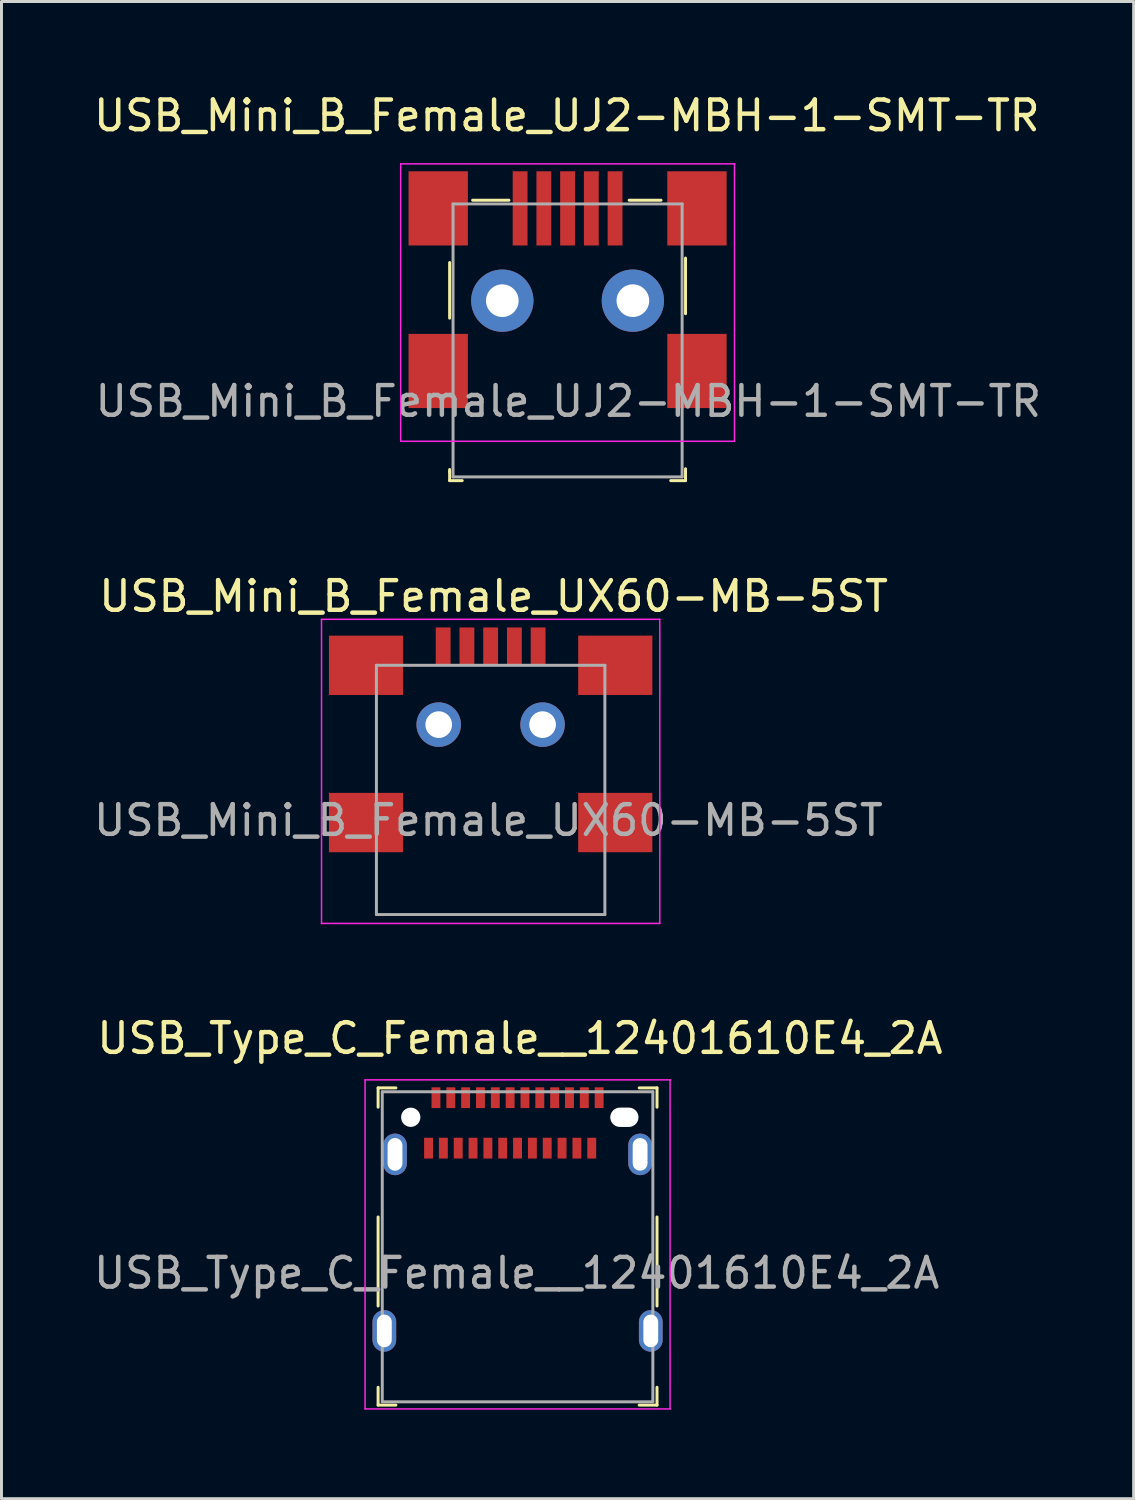
<source format=kicad_pcb>
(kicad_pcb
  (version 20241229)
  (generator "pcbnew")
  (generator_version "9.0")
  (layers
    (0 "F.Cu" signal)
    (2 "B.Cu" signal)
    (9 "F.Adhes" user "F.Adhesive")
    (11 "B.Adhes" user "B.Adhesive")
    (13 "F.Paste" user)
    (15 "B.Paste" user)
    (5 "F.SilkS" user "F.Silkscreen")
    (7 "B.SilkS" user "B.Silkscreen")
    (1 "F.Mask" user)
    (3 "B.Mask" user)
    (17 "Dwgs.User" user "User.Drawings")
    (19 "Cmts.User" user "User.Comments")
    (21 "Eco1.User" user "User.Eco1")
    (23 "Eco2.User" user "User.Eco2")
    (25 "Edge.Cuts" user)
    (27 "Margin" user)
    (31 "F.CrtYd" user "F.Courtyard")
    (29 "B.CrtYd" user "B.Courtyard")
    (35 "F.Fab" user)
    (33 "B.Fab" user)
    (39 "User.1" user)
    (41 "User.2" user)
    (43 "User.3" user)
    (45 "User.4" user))
  (footprint "USB_Mini_B_Female_UX60-MB-5ST"
    (layer "F.Cu")
    (at 13.486 21.372)
    (property "Reference" "USB_Mini_B_Female_UX60-MB-5ST" (at 0.1 -4.325 0) (layer "F.SilkS") (effects (font (size 1 1) (thickness 0.15))))
    (attr through_hole)
    (fp_line (start -5.7 -3.55) (end -5.7 6.7) (stroke (width 0.05) (type solid)) (layer "F.CrtYd"))
    (fp_line (start -5.7 -3.55) (end 5.7 -3.55) (stroke (width 0.05) (type solid)) (layer "F.CrtYd"))
    (fp_line (start -5.7 6.7) (end 5.7 6.7) (stroke (width 0.05) (type solid)) (layer "F.CrtYd"))
    (fp_line (start 5.7 -3.55) (end 5.7 6.7) (stroke (width 0.05) (type solid)) (layer "F.CrtYd"))
    (fp_line (start -3.85 -2) (end -3.85 6.4) (stroke (width 0.1) (type solid)) (layer "F.Fab"))
    (fp_line (start -3.85 6.4) (end 3.85 6.4) (stroke (width 0.1) (type solid)) (layer "F.Fab"))
    (fp_line (start 3.85 -2) (end -3.85 -2) (stroke (width 0.1) (type solid)) (layer "F.Fab"))
    (fp_line (start 3.85 -2) (end 3.85 6.4) (stroke (width 0.1) (type solid)) (layer "F.Fab"))
    (fp_text user "${REFERENCE}" (at -0.075 3.225 0) (layer "F.Fab") (effects (font (size 1 1) (thickness 0.15))))
    (pad "1" smd rect (at -1.6 -2.65) (size 0.5 1.25) (layers "F.Cu" "F.Mask" "F.Paste"))
    (pad "2" smd rect (at -0.8 -2.65) (size 0.5 1.25) (layers "F.Cu" "F.Mask" "F.Paste"))
    (pad "3" smd rect (at 0 -2.65) (size 0.5 1.25) (layers "F.Cu" "F.Mask" "F.Paste"))
    (pad "4" smd rect (at 0.8 -2.65) (size 0.5 1.25) (layers "F.Cu" "F.Mask" "F.Paste"))
    (pad "5" smd rect (at 1.6 -2.65) (size 0.5 1.25) (layers "F.Cu" "F.Mask" "F.Paste"))
    (pad "6" smd rect (at -4.2 -2) (size 2.5 2) (layers "F.Cu" "F.Mask" "F.Paste"))
    (pad "6" smd rect (at -4.2 3.3) (size 2.5 2) (layers "F.Cu" "F.Mask" "F.Paste"))
    (pad "6" thru_hole circle (at -1.75 0) (size 1.5 1.5) (drill 0.9) (layers "*.Cu" "*.Mask"))
    (pad "6" thru_hole circle (at 1.75 0) (size 1.5 1.5) (drill 0.9) (layers "*.Cu" "*.Mask"))
    (pad "6" smd rect (at 4.2 -2) (size 2.5 2) (layers "F.Cu" "F.Mask" "F.Paste"))
    (pad "6" smd rect (at 4.2 3.3) (size 2.5 2) (layers "F.Cu" "F.Mask" "F.Paste")))
  (footprint "USB_Type_C_Female__12401610E4_2A"
    (layer "F.Cu")
    (at 14.393 35.865)
    (property "Reference" "USB_Type_C_Female__12401610E4_2A" (at 0.08 -3.92 0) (layer "F.SilkS") (effects (font (size 1 1) (thickness 0.15))))
    (attr smd)
    (fp_line (start -4.7 -2.25) (end -4.7 -1.6) (stroke (width 0.1) (type solid)) (layer "F.SilkS"))
    (fp_line (start -4.7 -2.25) (end -4.1 -2.25) (stroke (width 0.1) (type solid)) (layer "F.SilkS"))
    (fp_line (start -4.7 2.1) (end -4.7 5.1) (stroke (width 0.1) (type solid)) (layer "F.SilkS"))
    (fp_line (start -4.7 8.44) (end -4.7 7.84) (stroke (width 0.1) (type solid)) (layer "F.SilkS"))
    (fp_line (start -4.7 8.44) (end -4.1 8.44) (stroke (width 0.1) (type solid)) (layer "F.SilkS"))
    (fp_line (start 4.7 -2.25) (end 4.1 -2.25) (stroke (width 0.1) (type solid)) (layer "F.SilkS"))
    (fp_line (start 4.7 -2.25) (end 4.7 -1.6) (stroke (width 0.1) (type solid)) (layer "F.SilkS"))
    (fp_line (start 4.7 2.1) (end 4.7 5.1) (stroke (width 0.1) (type solid)) (layer "F.SilkS"))
    (fp_line (start 4.7 8.44) (end 4.1 8.44) (stroke (width 0.1) (type solid)) (layer "F.SilkS"))
    (fp_line (start 4.7 8.44) (end 4.7 7.84) (stroke (width 0.1) (type solid)) (layer "F.SilkS"))
    (fp_line (start -5.14 8.57) (end -5.14 -2.52) (stroke (width 0.05) (type solid)) (layer "F.CrtYd"))
    (fp_line (start 5.14 -2.52) (end -5.14 -2.52) (stroke (width 0.05) (type solid)) (layer "F.CrtYd"))
    (fp_line (start 5.14 8.57) (end -5.14 8.57) (stroke (width 0.05) (type solid)) (layer "F.CrtYd"))
    (fp_line (start 5.14 8.57) (end 5.14 -2.52) (stroke (width 0.05) (type solid)) (layer "F.CrtYd"))
    (fp_line (start -4.56 -2.12) (end -4.56 8.33) (stroke (width 0.1) (type solid)) (layer "F.Fab"))
    (fp_line (start -4.56 -2.12) (end 4.56 -2.12) (stroke (width 0.1) (type solid)) (layer "F.Fab"))
    (fp_line (start -4.56 8.33) (end 4.56 8.33) (stroke (width 0.1) (type solid)) (layer "F.Fab"))
    (fp_line (start 4.56 8.33) (end 4.56 -2.12) (stroke (width 0.1) (type solid)) (layer "F.Fab"))
    (fp_text user "${REFERENCE}" (at -0.03 3.99 0) (layer "F.Fab") (effects (font (size 1 1) (thickness 0.15))))
    (pad "" np_thru_hole circle (at -3.6 -1.26) (size 0.65 0.65) (drill 0.65) (layers "*.Cu" "*.Mask"))
    (pad "" np_thru_hole oval (at 3.6 -1.26) (size 0.95 0.65) (drill oval 0.95 0.65) (layers "*.Cu" "*.Mask"))
    (pad "A1" smd rect (at -2.75 -1.92) (size 0.3 0.7) (layers "F.Cu" "F.Mask" "F.Paste"))
    (pad "A2" smd rect (at -2.25 -1.92) (size 0.3 0.7) (layers "F.Cu" "F.Mask" "F.Paste"))
    (pad "A3" smd rect (at -1.75 -1.92) (size 0.3 0.7) (layers "F.Cu" "F.Mask" "F.Paste"))
    (pad "A4" smd rect (at -1.25 -1.92) (size 0.3 0.7) (layers "F.Cu" "F.Mask" "F.Paste"))
    (pad "A5" smd rect (at -0.75 -1.92) (size 0.3 0.7) (layers "F.Cu" "F.Mask" "F.Paste"))
    (pad "A6" smd rect (at -0.25 -1.92) (size 0.3 0.7) (layers "F.Cu" "F.Mask" "F.Paste"))
    (pad "A7" smd rect (at 0.25 -1.92) (size 0.3 0.7) (layers "F.Cu" "F.Mask" "F.Paste"))
    (pad "A8" smd rect (at 0.75 -1.92) (size 0.3 0.7) (layers "F.Cu" "F.Mask" "F.Paste"))
    (pad "A9" smd rect (at 1.25 -1.92) (size 0.3 0.7) (layers "F.Cu" "F.Mask" "F.Paste"))
    (pad "A10" smd rect (at 1.75 -1.92) (size 0.3 0.7) (layers "F.Cu" "F.Mask" "F.Paste"))
    (pad "A11" smd rect (at 2.25 -1.92) (size 0.3 0.7) (layers "F.Cu" "F.Mask" "F.Paste"))
    (pad "A12" smd rect (at 2.75 -1.92) (size 0.3 0.7) (layers "F.Cu" "F.Mask" "F.Paste"))
    (pad "B1" smd rect (at 2.5 -0.22) (size 0.3 0.7) (layers "F.Cu" "F.Mask" "F.Paste"))
    (pad "B2" smd rect (at 2 -0.22) (size 0.3 0.7) (layers "F.Cu" "F.Mask" "F.Paste"))
    (pad "B3" smd rect (at 1.5 -0.22) (size 0.3 0.7) (layers "F.Cu" "F.Mask" "F.Paste"))
    (pad "B4" smd rect (at 1 -0.22) (size 0.3 0.7) (layers "F.Cu" "F.Mask" "F.Paste"))
    (pad "B5" smd rect (at 0.5 -0.22) (size 0.3 0.7) (layers "F.Cu" "F.Mask" "F.Paste"))
    (pad "B6" smd rect (at 0 -0.22) (size 0.3 0.7) (layers "F.Cu" "F.Mask" "F.Paste"))
    (pad "B7" smd rect (at -0.5 -0.22) (size 0.3 0.7) (layers "F.Cu" "F.Mask" "F.Paste"))
    (pad "B8" smd rect (at -1 -0.22) (size 0.3 0.7) (layers "F.Cu" "F.Mask" "F.Paste"))
    (pad "B9" smd rect (at -1.5 -0.22) (size 0.3 0.7) (layers "F.Cu" "F.Mask" "F.Paste"))
    (pad "B10" smd rect (at -2 -0.22) (size 0.3 0.7) (layers "F.Cu" "F.Mask" "F.Paste"))
    (pad "B11" smd rect (at -2.5 -0.22) (size 0.3 0.7) (layers "F.Cu" "F.Mask" "F.Paste"))
    (pad "B12" smd rect (at -3 -0.22) (size 0.3 0.7) (layers "F.Cu" "F.Mask" "F.Paste"))
    (pad "SH" thru_hole oval (at -4.49 5.94) (size 0.8 1.4) (drill oval 0.5 1.1) (layers "*.Cu" "*.Mask"))
    (pad "SH" thru_hole oval (at -4.13 -0.01) (size 0.8 1.4) (drill oval 0.5 1.1) (layers "*.Cu" "*.Mask"))
    (pad "SH" thru_hole oval (at 4.13 -0.01) (size 0.8 1.4) (drill oval 0.5 1.1) (layers "*.Cu" "*.Mask"))
    (pad "SH" thru_hole oval (at 4.49 5.94) (size 0.8 1.4) (drill oval 0.5 1.1) (layers "*.Cu" "*.Mask")))
  (footprint "USB_Mini_B_Female_UJ2-MBH-1-SMT-TR"
    (layer "F.Cu")
    (at 16.079 11.823)
    (property "Reference" "USB_Mini_B_Female_UJ2-MBH-1-SMT-TR" (at -0.025 -10.975 0) (layer "F.SilkS") (effects (font (size 1 1) (thickness 0.15))))
    (attr smd)
    (fp_line (start -3.975 -6.025) (end -3.975 -4.15) (stroke (width 0.1) (type solid)) (layer "F.SilkS"))
    (fp_line (start -3.975 1.025) (end -3.975 0.95) (stroke (width 0.1) (type solid)) (layer "F.SilkS"))
    (fp_line (start -3.975 1.025) (end -3.975 1.325) (stroke (width 0.1) (type solid)) (layer "F.SilkS"))
    (fp_line (start -3.975 1.325) (end -3.55 1.325) (stroke (width 0.1) (type solid)) (layer "F.SilkS"))
    (fp_line (start -1.975 -8.125) (end -3.2 -8.125) (stroke (width 0.1) (type solid)) (layer "F.SilkS"))
    (fp_line (start 3.15 -8.125) (end 2.075 -8.125) (stroke (width 0.1) (type solid)) (layer "F.SilkS"))
    (fp_line (start 3.975 -4.3) (end 3.975 -6.175) (stroke (width 0.1) (type solid)) (layer "F.SilkS"))
    (fp_line (start 3.975 1) (end 3.975 0.925) (stroke (width 0.1) (type solid)) (layer "F.SilkS"))
    (fp_line (start 3.975 1) (end 3.975 1.325) (stroke (width 0.1) (type solid)) (layer "F.SilkS"))
    (fp_line (start 3.975 1.325) (end 3.475 1.325) (stroke (width 0.1) (type solid)) (layer "F.SilkS"))
    (fp_line (start -5.625 -9.35) (end -5.625 0) (stroke (width 0.05) (type solid)) (layer "F.CrtYd"))
    (fp_line (start -5.625 -9.35) (end 5.625 -9.35) (stroke (width 0.05) (type solid)) (layer "F.CrtYd"))
    (fp_line (start -5.625 0) (end 5.625 0) (stroke (width 0.05) (type solid)) (layer "F.CrtYd"))
    (fp_line (start 5.625 -9.35) (end 5.625 0) (stroke (width 0.05) (type solid)) (layer "F.CrtYd"))
    (fp_line (start -3.86 -8) (end -3.86 1.2) (stroke (width 0.1) (type solid)) (layer "F.Fab"))
    (fp_line (start -3.86 -8) (end 3.86 -8) (stroke (width 0.1) (type solid)) (layer "F.Fab"))
    (fp_line (start 3.86 -8) (end 3.86 1.2) (stroke (width 0.1) (type solid)) (layer "F.Fab"))
    (fp_line (start 3.86 1.2) (end -3.86 1.2) (stroke (width 0.1) (type solid)) (layer "F.Fab"))
    (fp_text user "${REFERENCE}" (at 0.025 -1.35 0) (layer "F.Fab") (effects (font (size 1 1) (thickness 0.15))))
    (pad "1" smd rect (at -1.6 -7.85) (size 0.5 2.5) (layers "F.Cu" "F.Mask" "F.Paste"))
    (pad "2" smd rect (at -0.8 -7.85) (size 0.5 2.5) (layers "F.Cu" "F.Mask" "F.Paste"))
    (pad "3" smd rect (at 0 -7.85) (size 0.5 2.5) (layers "F.Cu" "F.Mask" "F.Paste"))
    (pad "4" smd rect (at 0.8 -7.85) (size 0.5 2.5) (layers "F.Cu" "F.Mask" "F.Paste"))
    (pad "5" smd rect (at 1.6 -7.85) (size 0.5 2.5) (layers "F.Cu" "F.Mask" "F.Paste"))
    (pad "SH" smd rect (at -4.36 -7.85) (size 2 2.5) (layers "F.Cu" "F.Mask" "F.Paste"))
    (pad "SH" smd rect (at -4.36 -2.37) (size 2 2.5) (layers "F.Cu" "F.Mask" "F.Paste"))
    (pad "SH" thru_hole circle (at -2.2 -4.74) (size 2.1 2.1) (drill 1.1) (layers "*.Cu" "*.Mask"))
    (pad "SH" thru_hole circle (at 2.2 -4.74) (size 2.1 2.1) (drill 1.1) (layers "*.Cu" "*.Mask"))
    (pad "SH" smd rect (at 4.36 -7.85) (size 2 2.5) (layers "F.Cu" "F.Mask" "F.Paste"))
    (pad "SH" smd rect (at 4.36 -2.37) (size 2 2.5) (layers "F.Cu" "F.Mask" "F.Paste")))
  (gr_rect
    (start -3 -3)
    (end 35.157 47.46)
    (stroke (width 0.1) (type default))
    (fill no)
    (layer "Edge.Cuts")))
</source>
